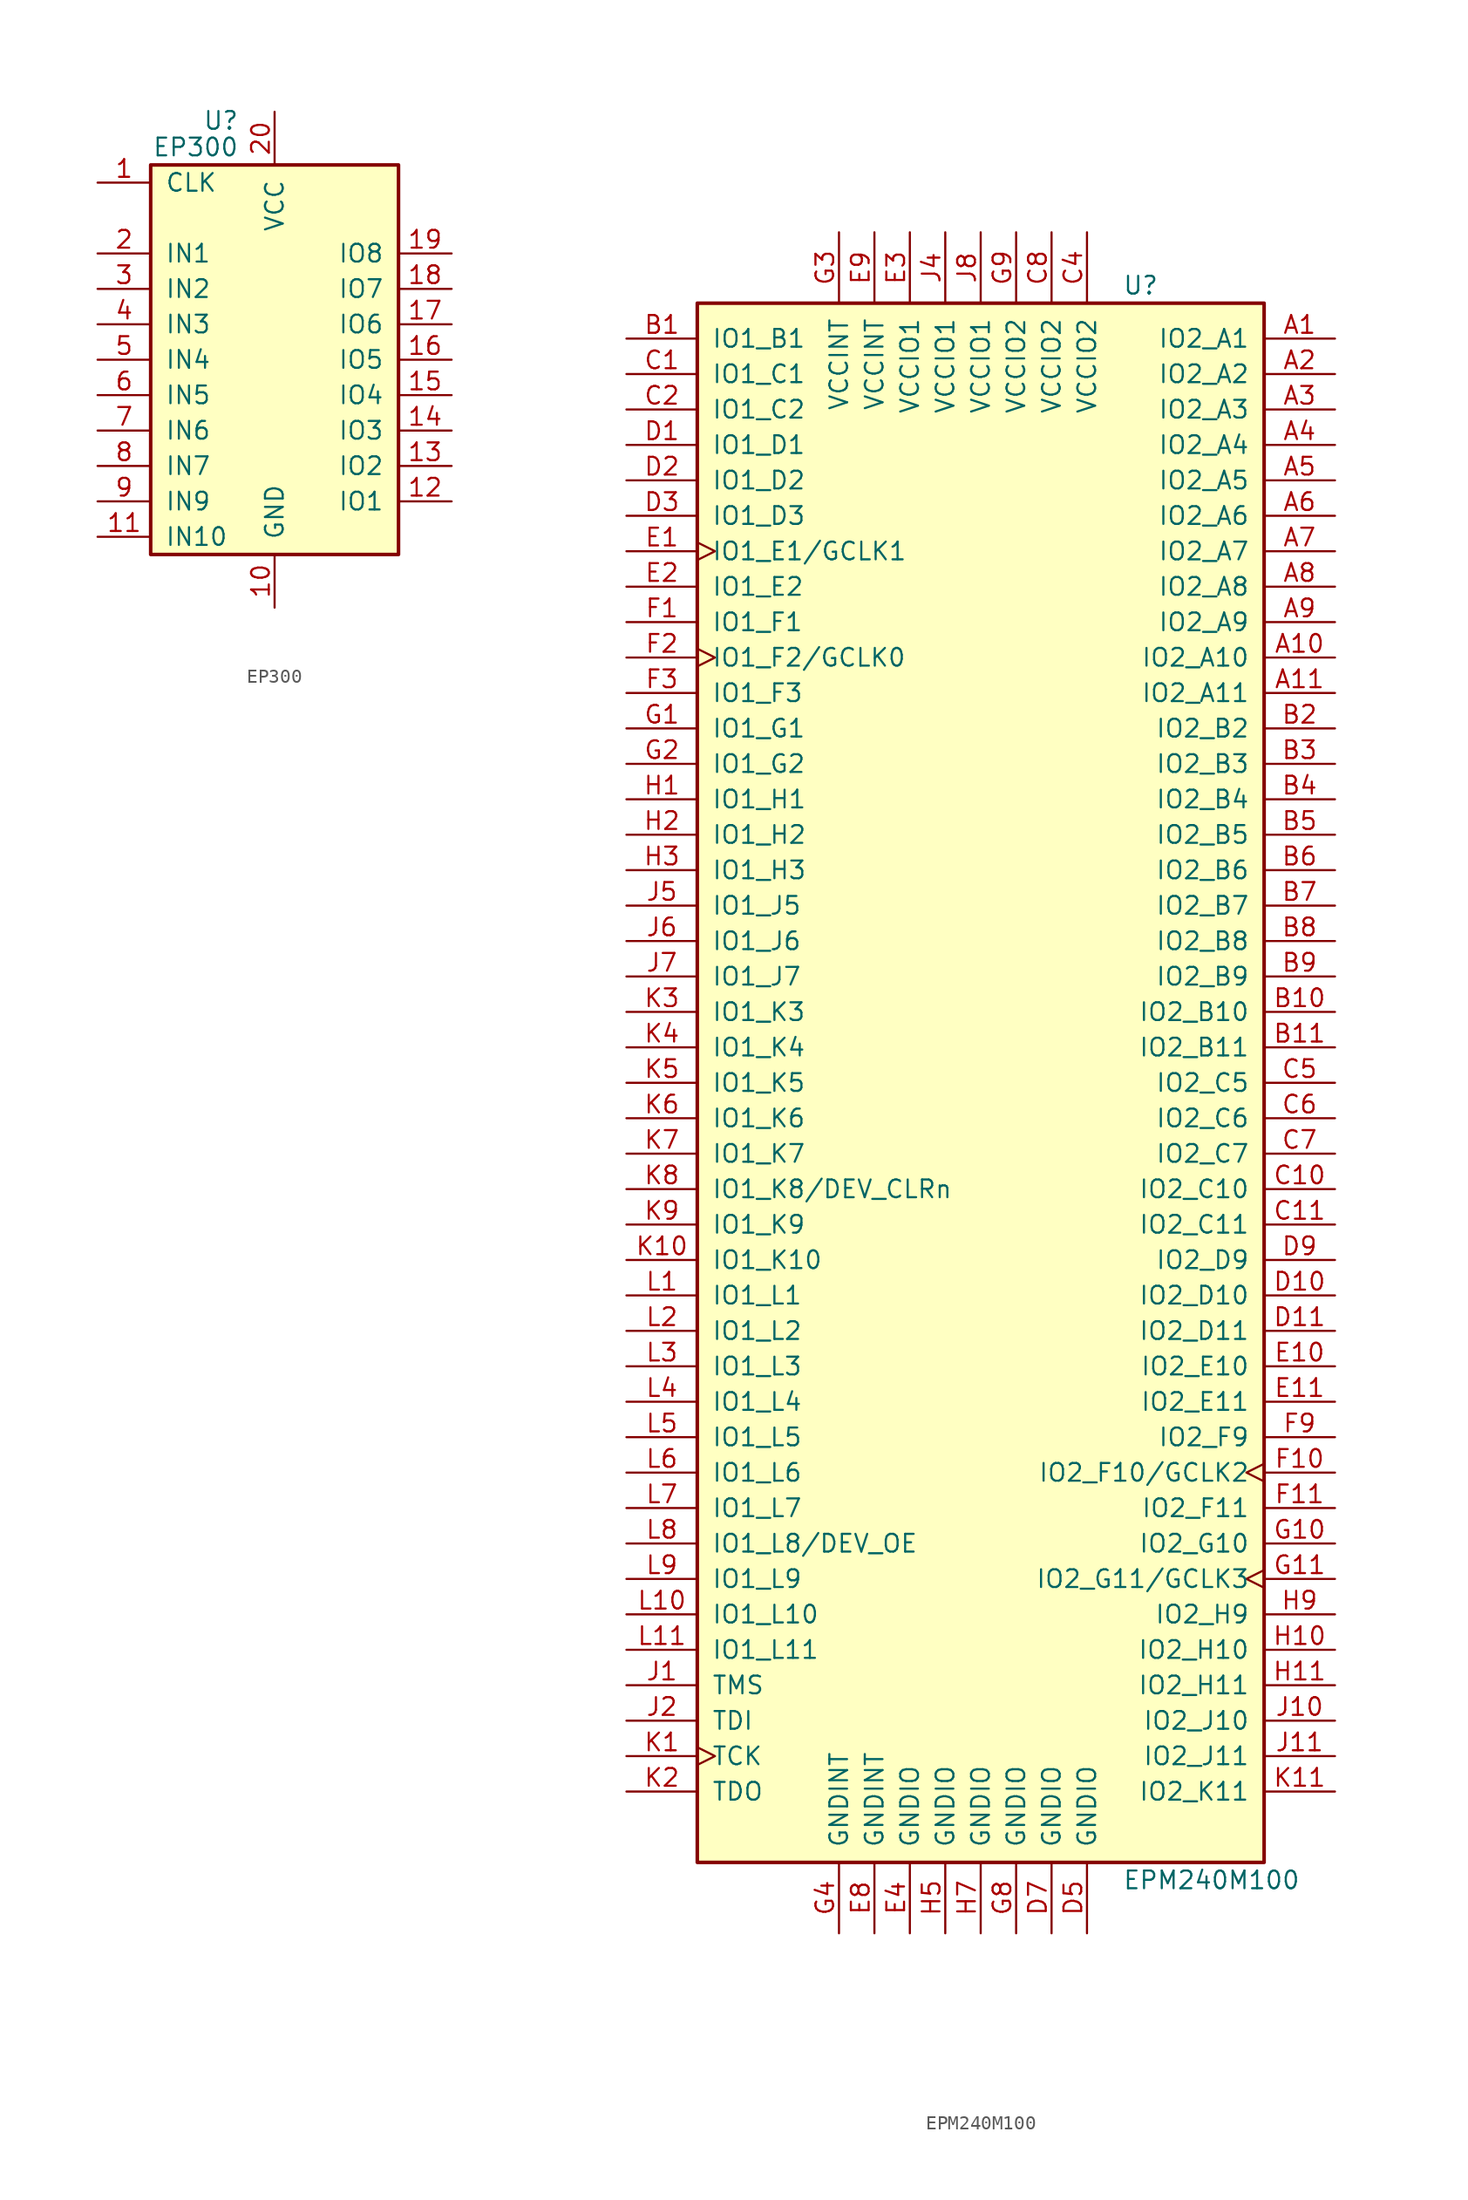
<source format=kicad_sym>
(kicad_symbol_lib
  (version 20211014)
  (generator kicad_symbol_editor)
  (symbol "EP300"
    (pin_names
      (offset 1.016))
    (property "Reference" "U"
      (at -2.54 17.145 0)
      (effects (font (size 1.27 1.27)) (justify right)))
    (property "Value" "EP300"
      (at -2.54 15.24 0)
      (effects (font (size 1.27 1.27)) (justify right)))
    (symbol "EP300_0_1"
      (rectangle (start -8.89 -13.97) (end 8.89 13.97) (stroke (width 0.254) (type default) (color 0 0 0 0)) (fill (type background))))
    (symbol "EP300_1_1"
      (pin input line (at -12.7 12.7 0) (length 3.81) (name "CLK" (effects (font (size 1.27 1.27)))) (number "1" (effects (font (size 1.27 1.27)))))
      (pin power_in line (at 0 -17.78 90) (length 3.81) (name "GND" (effects (font (size 1.27 1.27)))) (number "10" (effects (font (size 1.27 1.27)))))
      (pin input line (at -12.7 -12.7 0) (length 3.81) (name "IN10" (effects (font (size 1.27 1.27)))) (number "11" (effects (font (size 1.27 1.27)))))
      (pin input line (at 12.7 -10.16 180) (length 3.81) (name "IO1" (effects (font (size 1.27 1.27)))) (number "12" (effects (font (size 1.27 1.27)))))
      (pin input line (at 12.7 -7.62 180) (length 3.81) (name "IO2" (effects (font (size 1.27 1.27)))) (number "13" (effects (font (size 1.27 1.27)))))
      (pin input line (at 12.7 -5.08 180) (length 3.81) (name "IO3" (effects (font (size 1.27 1.27)))) (number "14" (effects (font (size 1.27 1.27)))))
      (pin input line (at 12.7 -2.54 180) (length 3.81) (name "IO4" (effects (font (size 1.27 1.27)))) (number "15" (effects (font (size 1.27 1.27)))))
      (pin input line (at 12.7 0 180) (length 3.81) (name "IO5" (effects (font (size 1.27 1.27)))) (number "16" (effects (font (size 1.27 1.27)))))
      (pin input line (at 12.7 2.54 180) (length 3.81) (name "IO6" (effects (font (size 1.27 1.27)))) (number "17" (effects (font (size 1.27 1.27)))))
      (pin input line (at 12.7 5.08 180) (length 3.81) (name "IO7" (effects (font (size 1.27 1.27)))) (number "18" (effects (font (size 1.27 1.27)))))
      (pin input line (at 12.7 7.62 180) (length 3.81) (name "IO8" (effects (font (size 1.27 1.27)))) (number "19" (effects (font (size 1.27 1.27)))))
      (pin input line (at -12.7 7.62 0) (length 3.81) (name "IN1" (effects (font (size 1.27 1.27)))) (number "2" (effects (font (size 1.27 1.27)))))
      (pin power_in line (at 0 17.78 270) (length 3.81) (name "VCC" (effects (font (size 1.27 1.27)))) (number "20" (effects (font (size 1.27 1.27)))))
      (pin input line (at -12.7 5.08 0) (length 3.81) (name "IN2" (effects (font (size 1.27 1.27)))) (number "3" (effects (font (size 1.27 1.27)))))
      (pin input line (at -12.7 2.54 0) (length 3.81) (name "IN3" (effects (font (size 1.27 1.27)))) (number "4" (effects (font (size 1.27 1.27)))))
      (pin input line (at -12.7 0 0) (length 3.81) (name "IN4" (effects (font (size 1.27 1.27)))) (number "5" (effects (font (size 1.27 1.27)))))
      (pin input line (at -12.7 -2.54 0) (length 3.81) (name "IN5" (effects (font (size 1.27 1.27)))) (number "6" (effects (font (size 1.27 1.27)))))
      (pin input line (at -12.7 -5.08 0) (length 3.81) (name "IN6" (effects (font (size 1.27 1.27)))) (number "7" (effects (font (size 1.27 1.27)))))
      (pin input line (at -12.7 -7.62 0) (length 3.81) (name "IN7" (effects (font (size 1.27 1.27)))) (number "8" (effects (font (size 1.27 1.27)))))
      (pin input line (at -12.7 -10.16 0) (length 3.81) (name "IN9" (effects (font (size 1.27 1.27)))) (number "9" (effects (font (size 1.27 1.27)))))))
  (symbol "EPM240M100"
    (pin_names
      (offset 1.016))
    (property "Reference" "U"
      (at 10.16 57.15 0)
      (effects (font (size 1.27 1.27)) (justify left)))
    (property "Value" "EPM240M100"
      (at 10.16 -57.15 0)
      (effects (font (size 1.27 1.27)) (justify left)))
    (property "ki_locked" ""
      (at 0 0 0)
      (effects (font (size 1.27 1.27))))
    (symbol "EPM240M100_1_1"
      (rectangle (start -20.32 55.88) (end 20.32 -55.88) (stroke (width 0.254) (type default) (color 0 0 0 0)) (fill (type background)))
      (pin bidirectional line (at 25.4 53.34 180) (length 5.08) (name "IO2_A1" (effects (font (size 1.27 1.27)))) (number "A1" (effects (font (size 1.27 1.27)))))
      (pin bidirectional line (at 25.4 30.48 180) (length 5.08) (name "IO2_A10" (effects (font (size 1.27 1.27)))) (number "A10" (effects (font (size 1.27 1.27)))))
      (pin bidirectional line (at 25.4 27.94 180) (length 5.08) (name "IO2_A11" (effects (font (size 1.27 1.27)))) (number "A11" (effects (font (size 1.27 1.27)))))
      (pin bidirectional line (at 25.4 50.8 180) (length 5.08) (name "IO2_A2" (effects (font (size 1.27 1.27)))) (number "A2" (effects (font (size 1.27 1.27)))))
      (pin bidirectional line (at 25.4 48.26 180) (length 5.08) (name "IO2_A3" (effects (font (size 1.27 1.27)))) (number "A3" (effects (font (size 1.27 1.27)))))
      (pin bidirectional line (at 25.4 45.72 180) (length 5.08) (name "IO2_A4" (effects (font (size 1.27 1.27)))) (number "A4" (effects (font (size 1.27 1.27)))))
      (pin bidirectional line (at 25.4 43.18 180) (length 5.08) (name "IO2_A5" (effects (font (size 1.27 1.27)))) (number "A5" (effects (font (size 1.27 1.27)))))
      (pin bidirectional line (at 25.4 40.64 180) (length 5.08) (name "IO2_A6" (effects (font (size 1.27 1.27)))) (number "A6" (effects (font (size 1.27 1.27)))))
      (pin bidirectional line (at 25.4 38.1 180) (length 5.08) (name "IO2_A7" (effects (font (size 1.27 1.27)))) (number "A7" (effects (font (size 1.27 1.27)))))
      (pin bidirectional line (at 25.4 35.56 180) (length 5.08) (name "IO2_A8" (effects (font (size 1.27 1.27)))) (number "A8" (effects (font (size 1.27 1.27)))))
      (pin bidirectional line (at 25.4 33.02 180) (length 5.08) (name "IO2_A9" (effects (font (size 1.27 1.27)))) (number "A9" (effects (font (size 1.27 1.27)))))
      (pin bidirectional line (at -25.4 53.34 0) (length 5.08) (name "IO1_B1" (effects (font (size 1.27 1.27)))) (number "B1" (effects (font (size 1.27 1.27)))))
      (pin bidirectional line (at 25.4 5.08 180) (length 5.08) (name "IO2_B10" (effects (font (size 1.27 1.27)))) (number "B10" (effects (font (size 1.27 1.27)))))
      (pin bidirectional line (at 25.4 2.54 180) (length 5.08) (name "IO2_B11" (effects (font (size 1.27 1.27)))) (number "B11" (effects (font (size 1.27 1.27)))))
      (pin bidirectional line (at 25.4 25.4 180) (length 5.08) (name "IO2_B2" (effects (font (size 1.27 1.27)))) (number "B2" (effects (font (size 1.27 1.27)))))
      (pin bidirectional line (at 25.4 22.86 180) (length 5.08) (name "IO2_B3" (effects (font (size 1.27 1.27)))) (number "B3" (effects (font (size 1.27 1.27)))))
      (pin bidirectional line (at 25.4 20.32 180) (length 5.08) (name "IO2_B4" (effects (font (size 1.27 1.27)))) (number "B4" (effects (font (size 1.27 1.27)))))
      (pin bidirectional line (at 25.4 17.78 180) (length 5.08) (name "IO2_B5" (effects (font (size 1.27 1.27)))) (number "B5" (effects (font (size 1.27 1.27)))))
      (pin bidirectional line (at 25.4 15.24 180) (length 5.08) (name "IO2_B6" (effects (font (size 1.27 1.27)))) (number "B6" (effects (font (size 1.27 1.27)))))
      (pin bidirectional line (at 25.4 12.7 180) (length 5.08) (name "IO2_B7" (effects (font (size 1.27 1.27)))) (number "B7" (effects (font (size 1.27 1.27)))))
      (pin bidirectional line (at 25.4 10.16 180) (length 5.08) (name "IO2_B8" (effects (font (size 1.27 1.27)))) (number "B8" (effects (font (size 1.27 1.27)))))
      (pin bidirectional line (at 25.4 7.62 180) (length 5.08) (name "IO2_B9" (effects (font (size 1.27 1.27)))) (number "B9" (effects (font (size 1.27 1.27)))))
      (pin bidirectional line (at -25.4 50.8 0) (length 5.08) (name "IO1_C1" (effects (font (size 1.27 1.27)))) (number "C1" (effects (font (size 1.27 1.27)))))
      (pin bidirectional line (at 25.4 -7.62 180) (length 5.08) (name "IO2_C10" (effects (font (size 1.27 1.27)))) (number "C10" (effects (font (size 1.27 1.27)))))
      (pin bidirectional line (at 25.4 -10.16 180) (length 5.08) (name "IO2_C11" (effects (font (size 1.27 1.27)))) (number "C11" (effects (font (size 1.27 1.27)))))
      (pin bidirectional line (at -25.4 48.26 0) (length 5.08) (name "IO1_C2" (effects (font (size 1.27 1.27)))) (number "C2" (effects (font (size 1.27 1.27)))))
      (pin power_in line (at 7.62 60.96 270) (length 5.08) (name "VCCIO2" (effects (font (size 1.27 1.27)))) (number "C4" (effects (font (size 1.27 1.27)))))
      (pin bidirectional line (at 25.4 0 180) (length 5.08) (name "IO2_C5" (effects (font (size 1.27 1.27)))) (number "C5" (effects (font (size 1.27 1.27)))))
      (pin bidirectional line (at 25.4 -2.54 180) (length 5.08) (name "IO2_C6" (effects (font (size 1.27 1.27)))) (number "C6" (effects (font (size 1.27 1.27)))))
      (pin bidirectional line (at 25.4 -5.08 180) (length 5.08) (name "IO2_C7" (effects (font (size 1.27 1.27)))) (number "C7" (effects (font (size 1.27 1.27)))))
      (pin power_in line (at 5.08 60.96 270) (length 5.08) (name "VCCIO2" (effects (font (size 1.27 1.27)))) (number "C8" (effects (font (size 1.27 1.27)))))
      (pin bidirectional line (at -25.4 45.72 0) (length 5.08) (name "IO1_D1" (effects (font (size 1.27 1.27)))) (number "D1" (effects (font (size 1.27 1.27)))))
      (pin bidirectional line (at 25.4 -15.24 180) (length 5.08) (name "IO2_D10" (effects (font (size 1.27 1.27)))) (number "D10" (effects (font (size 1.27 1.27)))))
      (pin bidirectional line (at 25.4 -17.78 180) (length 5.08) (name "IO2_D11" (effects (font (size 1.27 1.27)))) (number "D11" (effects (font (size 1.27 1.27)))))
      (pin bidirectional line (at -25.4 43.18 0) (length 5.08) (name "IO1_D2" (effects (font (size 1.27 1.27)))) (number "D2" (effects (font (size 1.27 1.27)))))
      (pin bidirectional line (at -25.4 40.64 0) (length 5.08) (name "IO1_D3" (effects (font (size 1.27 1.27)))) (number "D3" (effects (font (size 1.27 1.27)))))
      (pin power_in line (at 7.62 -60.96 90) (length 5.08) (name "GNDIO" (effects (font (size 1.27 1.27)))) (number "D5" (effects (font (size 1.27 1.27)))))
      (pin power_in line (at 5.08 -60.96 90) (length 5.08) (name "GNDIO" (effects (font (size 1.27 1.27)))) (number "D7" (effects (font (size 1.27 1.27)))))
      (pin bidirectional line (at 25.4 -12.7 180) (length 5.08) (name "IO2_D9" (effects (font (size 1.27 1.27)))) (number "D9" (effects (font (size 1.27 1.27)))))
      (pin bidirectional clock (at -25.4 38.1 0) (length 5.08) (name "IO1_E1/GCLK1" (effects (font (size 1.27 1.27)))) (number "E1" (effects (font (size 1.27 1.27)))))
      (pin bidirectional line (at 25.4 -20.32 180) (length 5.08) (name "IO2_E10" (effects (font (size 1.27 1.27)))) (number "E10" (effects (font (size 1.27 1.27)))))
      (pin bidirectional line (at 25.4 -22.86 180) (length 5.08) (name "IO2_E11" (effects (font (size 1.27 1.27)))) (number "E11" (effects (font (size 1.27 1.27)))))
      (pin bidirectional line (at -25.4 35.56 0) (length 5.08) (name "IO1_E2" (effects (font (size 1.27 1.27)))) (number "E2" (effects (font (size 1.27 1.27)))))
      (pin power_in line (at -5.08 60.96 270) (length 5.08) (name "VCCIO1" (effects (font (size 1.27 1.27)))) (number "E3" (effects (font (size 1.27 1.27)))))
      (pin power_in line (at -5.08 -60.96 90) (length 5.08) (name "GNDIO" (effects (font (size 1.27 1.27)))) (number "E4" (effects (font (size 1.27 1.27)))))
      (pin power_in line (at -7.62 -60.96 90) (length 5.08) (name "GNDINT" (effects (font (size 1.27 1.27)))) (number "E8" (effects (font (size 1.27 1.27)))))
      (pin power_in line (at -7.62 60.96 270) (length 5.08) (name "VCCINT" (effects (font (size 1.27 1.27)))) (number "E9" (effects (font (size 1.27 1.27)))))
      (pin bidirectional line (at -25.4 33.02 0) (length 5.08) (name "IO1_F1" (effects (font (size 1.27 1.27)))) (number "F1" (effects (font (size 1.27 1.27)))))
      (pin bidirectional clock (at 25.4 -27.94 180) (length 5.08) (name "IO2_F10/GCLK2" (effects (font (size 1.27 1.27)))) (number "F10" (effects (font (size 1.27 1.27)))))
      (pin bidirectional line (at 25.4 -30.48 180) (length 5.08) (name "IO2_F11" (effects (font (size 1.27 1.27)))) (number "F11" (effects (font (size 1.27 1.27)))))
      (pin bidirectional clock (at -25.4 30.48 0) (length 5.08) (name "IO1_F2/GCLK0" (effects (font (size 1.27 1.27)))) (number "F2" (effects (font (size 1.27 1.27)))))
      (pin bidirectional line (at -25.4 27.94 0) (length 5.08) (name "IO1_F3" (effects (font (size 1.27 1.27)))) (number "F3" (effects (font (size 1.27 1.27)))))
      (pin bidirectional line (at 25.4 -25.4 180) (length 5.08) (name "IO2_F9" (effects (font (size 1.27 1.27)))) (number "F9" (effects (font (size 1.27 1.27)))))
      (pin bidirectional line (at -25.4 25.4 0) (length 5.08) (name "IO1_G1" (effects (font (size 1.27 1.27)))) (number "G1" (effects (font (size 1.27 1.27)))))
      (pin bidirectional line (at 25.4 -33.02 180) (length 5.08) (name "IO2_G10" (effects (font (size 1.27 1.27)))) (number "G10" (effects (font (size 1.27 1.27)))))
      (pin bidirectional clock (at 25.4 -35.56 180) (length 5.08) (name "IO2_G11/GCLK3" (effects (font (size 1.27 1.27)))) (number "G11" (effects (font (size 1.27 1.27)))))
      (pin bidirectional line (at -25.4 22.86 0) (length 5.08) (name "IO1_G2" (effects (font (size 1.27 1.27)))) (number "G2" (effects (font (size 1.27 1.27)))))
      (pin power_in line (at -10.16 60.96 270) (length 5.08) (name "VCCINT" (effects (font (size 1.27 1.27)))) (number "G3" (effects (font (size 1.27 1.27)))))
      (pin power_in line (at -10.16 -60.96 90) (length 5.08) (name "GNDINT" (effects (font (size 1.27 1.27)))) (number "G4" (effects (font (size 1.27 1.27)))))
      (pin power_in line (at 2.54 -60.96 90) (length 5.08) (name "GNDIO" (effects (font (size 1.27 1.27)))) (number "G8" (effects (font (size 1.27 1.27)))))
      (pin power_in line (at 2.54 60.96 270) (length 5.08) (name "VCCIO2" (effects (font (size 1.27 1.27)))) (number "G9" (effects (font (size 1.27 1.27)))))
      (pin bidirectional line (at -25.4 20.32 0) (length 5.08) (name "IO1_H1" (effects (font (size 1.27 1.27)))) (number "H1" (effects (font (size 1.27 1.27)))))
      (pin bidirectional line (at 25.4 -40.64 180) (length 5.08) (name "IO2_H10" (effects (font (size 1.27 1.27)))) (number "H10" (effects (font (size 1.27 1.27)))))
      (pin bidirectional line (at 25.4 -43.18 180) (length 5.08) (name "IO2_H11" (effects (font (size 1.27 1.27)))) (number "H11" (effects (font (size 1.27 1.27)))))
      (pin bidirectional line (at -25.4 17.78 0) (length 5.08) (name "IO1_H2" (effects (font (size 1.27 1.27)))) (number "H2" (effects (font (size 1.27 1.27)))))
      (pin bidirectional line (at -25.4 15.24 0) (length 5.08) (name "IO1_H3" (effects (font (size 1.27 1.27)))) (number "H3" (effects (font (size 1.27 1.27)))))
      (pin power_in line (at -2.54 -60.96 90) (length 5.08) (name "GNDIO" (effects (font (size 1.27 1.27)))) (number "H5" (effects (font (size 1.27 1.27)))))
      (pin power_in line (at 0 -60.96 90) (length 5.08) (name "GNDIO" (effects (font (size 1.27 1.27)))) (number "H7" (effects (font (size 1.27 1.27)))))
      (pin bidirectional line (at 25.4 -38.1 180) (length 5.08) (name "IO2_H9" (effects (font (size 1.27 1.27)))) (number "H9" (effects (font (size 1.27 1.27)))))
      (pin input line (at -25.4 -43.18 0) (length 5.08) (name "TMS" (effects (font (size 1.27 1.27)))) (number "J1" (effects (font (size 1.27 1.27)))))
      (pin bidirectional line (at 25.4 -45.72 180) (length 5.08) (name "IO2_J10" (effects (font (size 1.27 1.27)))) (number "J10" (effects (font (size 1.27 1.27)))))
      (pin bidirectional line (at 25.4 -48.26 180) (length 5.08) (name "IO2_J11" (effects (font (size 1.27 1.27)))) (number "J11" (effects (font (size 1.27 1.27)))))
      (pin input line (at -25.4 -45.72 0) (length 5.08) (name "TDI" (effects (font (size 1.27 1.27)))) (number "J2" (effects (font (size 1.27 1.27)))))
      (pin power_in line (at -2.54 60.96 270) (length 5.08) (name "VCCIO1" (effects (font (size 1.27 1.27)))) (number "J4" (effects (font (size 1.27 1.27)))))
      (pin bidirectional line (at -25.4 12.7 0) (length 5.08) (name "IO1_J5" (effects (font (size 1.27 1.27)))) (number "J5" (effects (font (size 1.27 1.27)))))
      (pin bidirectional line (at -25.4 10.16 0) (length 5.08) (name "IO1_J6" (effects (font (size 1.27 1.27)))) (number "J6" (effects (font (size 1.27 1.27)))))
      (pin bidirectional line (at -25.4 7.62 0) (length 5.08) (name "IO1_J7" (effects (font (size 1.27 1.27)))) (number "J7" (effects (font (size 1.27 1.27)))))
      (pin power_in line (at 0 60.96 270) (length 5.08) (name "VCCIO1" (effects (font (size 1.27 1.27)))) (number "J8" (effects (font (size 1.27 1.27)))))
      (pin input clock (at -25.4 -48.26 0) (length 5.08) (name "TCK" (effects (font (size 1.27 1.27)))) (number "K1" (effects (font (size 1.27 1.27)))))
      (pin bidirectional line (at -25.4 -12.7 0) (length 5.08) (name "IO1_K10" (effects (font (size 1.27 1.27)))) (number "K10" (effects (font (size 1.27 1.27)))))
      (pin bidirectional line (at 25.4 -50.8 180) (length 5.08) (name "IO2_K11" (effects (font (size 1.27 1.27)))) (number "K11" (effects (font (size 1.27 1.27)))))
      (pin output line (at -25.4 -50.8 0) (length 5.08) (name "TDO" (effects (font (size 1.27 1.27)))) (number "K2" (effects (font (size 1.27 1.27)))))
      (pin bidirectional line (at -25.4 5.08 0) (length 5.08) (name "IO1_K3" (effects (font (size 1.27 1.27)))) (number "K3" (effects (font (size 1.27 1.27)))))
      (pin bidirectional line (at -25.4 2.54 0) (length 5.08) (name "IO1_K4" (effects (font (size 1.27 1.27)))) (number "K4" (effects (font (size 1.27 1.27)))))
      (pin bidirectional line (at -25.4 0 0) (length 5.08) (name "IO1_K5" (effects (font (size 1.27 1.27)))) (number "K5" (effects (font (size 1.27 1.27)))))
      (pin bidirectional line (at -25.4 -2.54 0) (length 5.08) (name "IO1_K6" (effects (font (size 1.27 1.27)))) (number "K6" (effects (font (size 1.27 1.27)))))
      (pin bidirectional line (at -25.4 -5.08 0) (length 5.08) (name "IO1_K7" (effects (font (size 1.27 1.27)))) (number "K7" (effects (font (size 1.27 1.27)))))
      (pin bidirectional line (at -25.4 -7.62 0) (length 5.08) (name "IO1_K8/DEV_CLRn" (effects (font (size 1.27 1.27)))) (number "K8" (effects (font (size 1.27 1.27)))))
      (pin bidirectional line (at -25.4 -10.16 0) (length 5.08) (name "IO1_K9" (effects (font (size 1.27 1.27)))) (number "K9" (effects (font (size 1.27 1.27)))))
      (pin bidirectional line (at -25.4 -15.24 0) (length 5.08) (name "IO1_L1" (effects (font (size 1.27 1.27)))) (number "L1" (effects (font (size 1.27 1.27)))))
      (pin bidirectional line (at -25.4 -38.1 0) (length 5.08) (name "IO1_L10" (effects (font (size 1.27 1.27)))) (number "L10" (effects (font (size 1.27 1.27)))))
      (pin bidirectional line (at -25.4 -40.64 0) (length 5.08) (name "IO1_L11" (effects (font (size 1.27 1.27)))) (number "L11" (effects (font (size 1.27 1.27)))))
      (pin bidirectional line (at -25.4 -17.78 0) (length 5.08) (name "IO1_L2" (effects (font (size 1.27 1.27)))) (number "L2" (effects (font (size 1.27 1.27)))))
      (pin bidirectional line (at -25.4 -20.32 0) (length 5.08) (name "IO1_L3" (effects (font (size 1.27 1.27)))) (number "L3" (effects (font (size 1.27 1.27)))))
      (pin bidirectional line (at -25.4 -22.86 0) (length 5.08) (name "IO1_L4" (effects (font (size 1.27 1.27)))) (number "L4" (effects (font (size 1.27 1.27)))))
      (pin bidirectional line (at -25.4 -25.4 0) (length 5.08) (name "IO1_L5" (effects (font (size 1.27 1.27)))) (number "L5" (effects (font (size 1.27 1.27)))))
      (pin bidirectional line (at -25.4 -27.94 0) (length 5.08) (name "IO1_L6" (effects (font (size 1.27 1.27)))) (number "L6" (effects (font (size 1.27 1.27)))))
      (pin bidirectional line (at -25.4 -30.48 0) (length 5.08) (name "IO1_L7" (effects (font (size 1.27 1.27)))) (number "L7" (effects (font (size 1.27 1.27)))))
      (pin bidirectional line (at -25.4 -33.02 0) (length 5.08) (name "IO1_L8/DEV_OE" (effects (font (size 1.27 1.27)))) (number "L8" (effects (font (size 1.27 1.27)))))
      (pin bidirectional line (at -25.4 -35.56 0) (length 5.08) (name "IO1_L9" (effects (font (size 1.27 1.27)))) (number "L9" (effects (font (size 1.27 1.27))))))))
</source>
